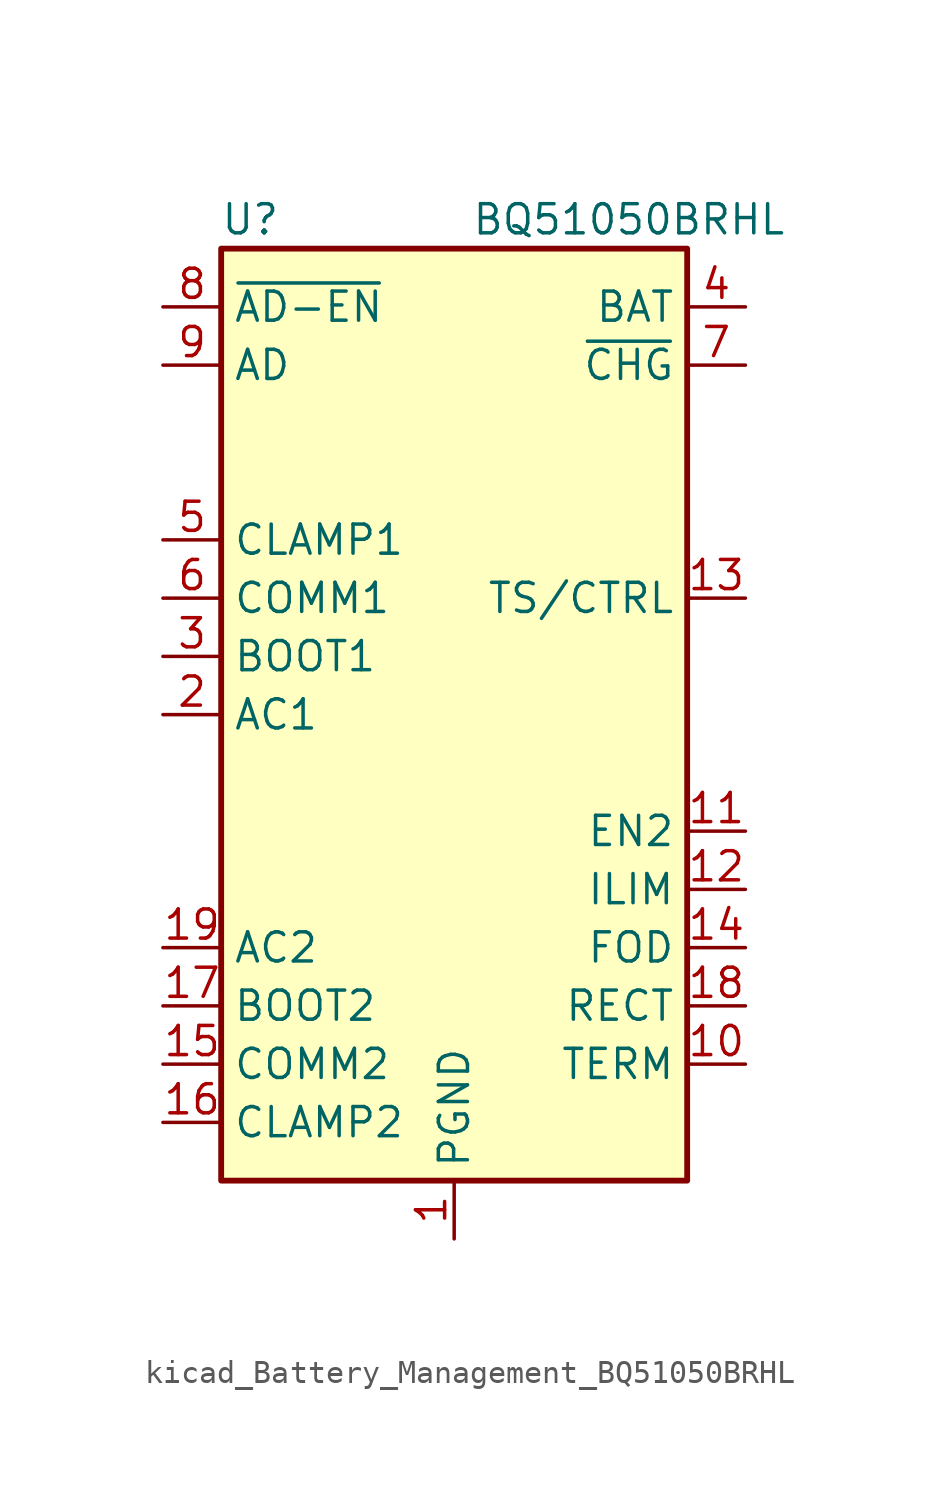
<source format=kicad_sym>
(kicad_symbol_lib
  (version 20220914)
  (generator kicad_symbol_editor)
  (symbol "kicad_Battery_Management_BQ51050BRHL"
    (property "Reference" "U"
      (at -8.89 21.59 0)
      (effects (font (size 1.27 1.27))))
    (property "Value" "BQ51050BRHL"
      (at 7.62 21.59 0)
      (effects (font (size 1.27 1.27))))
    (symbol "kicad_Battery_Management_BQ51050BRHL_0_1"
      (rectangle (start -10.16 -20.32) (end 10.16 20.32) (stroke (width 0.254) (type default)) (fill (type background))))
    (symbol "kicad_Battery_Management_BQ51050BRHL_1_1"
      (pin power_in line (at 0 -22.86 90) (length 2.54) (name "PGND" (effects (font (size 1.27 1.27)))) (number "1" (effects (font (size 1.27 1.27)))))
      (pin input line (at 12.7 -15.24 180) (length 2.54) (name "TERM" (effects (font (size 1.27 1.27)))) (number "10" (effects (font (size 1.27 1.27)))))
      (pin input line (at 12.7 -5.08 180) (length 2.54) (name "EN2" (effects (font (size 1.27 1.27)))) (number "11" (effects (font (size 1.27 1.27)))))
      (pin passive line (at 12.7 -7.62 180) (length 2.54) (name "ILIM" (effects (font (size 1.27 1.27)))) (number "12" (effects (font (size 1.27 1.27)))))
      (pin input line (at 12.7 5.08 180) (length 2.54) (name "TS/CTRL" (effects (font (size 1.27 1.27)))) (number "13" (effects (font (size 1.27 1.27)))))
      (pin input line (at 12.7 -10.16 180) (length 2.54) (name "FOD" (effects (font (size 1.27 1.27)))) (number "14" (effects (font (size 1.27 1.27)))))
      (pin open_collector line (at -12.7 -15.24 0) (length 2.54) (name "COMM2" (effects (font (size 1.27 1.27)))) (number "15" (effects (font (size 1.27 1.27)))))
      (pin open_collector line (at -12.7 -17.78 0) (length 2.54) (name "CLAMP2" (effects (font (size 1.27 1.27)))) (number "16" (effects (font (size 1.27 1.27)))))
      (pin passive line (at -12.7 -12.7 0) (length 2.54) (name "BOOT2" (effects (font (size 1.27 1.27)))) (number "17" (effects (font (size 1.27 1.27)))))
      (pin passive line (at 12.7 -12.7 180) (length 2.54) (name "RECT" (effects (font (size 1.27 1.27)))) (number "18" (effects (font (size 1.27 1.27)))))
      (pin input line (at -12.7 -10.16 0) (length 2.54) (name "AC2" (effects (font (size 1.27 1.27)))) (number "19" (effects (font (size 1.27 1.27)))))
      (pin input line (at -12.7 0 0) (length 2.54) (name "AC1" (effects (font (size 1.27 1.27)))) (number "2" (effects (font (size 1.27 1.27)))))
      (pin passive line (at 0 -22.86 90) (length 2.54) hide (name "PGND" (effects (font (size 1.27 1.27)))) (number "20" (effects (font (size 1.27 1.27)))))
      (pin passive line (at 0 -22.86 90) (length 2.54) hide (name "PGND" (effects (font (size 1.27 1.27)))) (number "21" (effects (font (size 1.27 1.27)))))
      (pin passive line (at -12.7 2.54 0) (length 2.54) (name "BOOT1" (effects (font (size 1.27 1.27)))) (number "3" (effects (font (size 1.27 1.27)))))
      (pin power_out line (at 12.7 17.78 180) (length 2.54) (name "BAT" (effects (font (size 1.27 1.27)))) (number "4" (effects (font (size 1.27 1.27)))))
      (pin open_collector line (at -12.7 7.62 0) (length 2.54) (name "CLAMP1" (effects (font (size 1.27 1.27)))) (number "5" (effects (font (size 1.27 1.27)))))
      (pin open_collector line (at -12.7 5.08 0) (length 2.54) (name "COMM1" (effects (font (size 1.27 1.27)))) (number "6" (effects (font (size 1.27 1.27)))))
      (pin open_collector line (at 12.7 15.24 180) (length 2.54) (name "~{CHG}" (effects (font (size 1.27 1.27)))) (number "7" (effects (font (size 1.27 1.27)))))
      (pin output line (at -12.7 17.78 0) (length 2.54) (name "~{AD-EN}" (effects (font (size 1.27 1.27)))) (number "8" (effects (font (size 1.27 1.27)))))
      (pin input line (at -12.7 15.24 0) (length 2.54) (name "AD" (effects (font (size 1.27 1.27)))) (number "9" (effects (font (size 1.27 1.27))))))))
</source>
